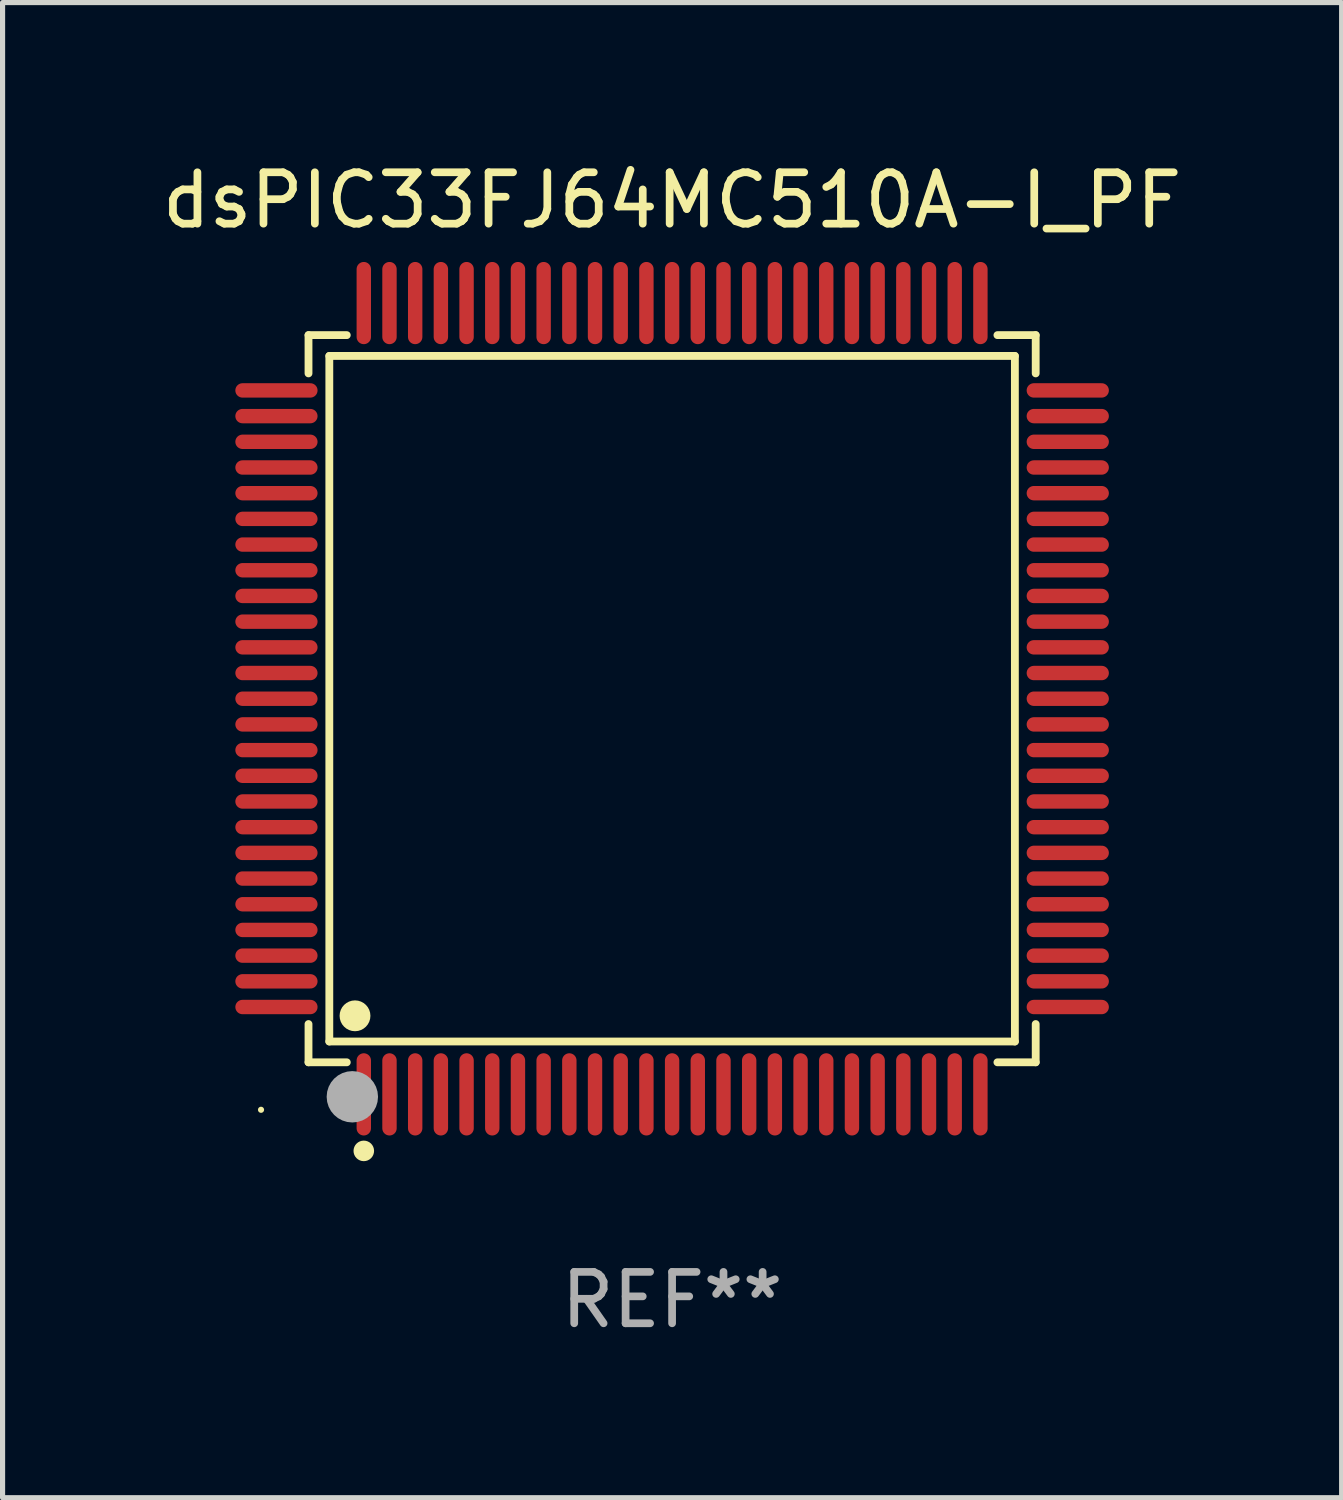
<source format=kicad_pcb>
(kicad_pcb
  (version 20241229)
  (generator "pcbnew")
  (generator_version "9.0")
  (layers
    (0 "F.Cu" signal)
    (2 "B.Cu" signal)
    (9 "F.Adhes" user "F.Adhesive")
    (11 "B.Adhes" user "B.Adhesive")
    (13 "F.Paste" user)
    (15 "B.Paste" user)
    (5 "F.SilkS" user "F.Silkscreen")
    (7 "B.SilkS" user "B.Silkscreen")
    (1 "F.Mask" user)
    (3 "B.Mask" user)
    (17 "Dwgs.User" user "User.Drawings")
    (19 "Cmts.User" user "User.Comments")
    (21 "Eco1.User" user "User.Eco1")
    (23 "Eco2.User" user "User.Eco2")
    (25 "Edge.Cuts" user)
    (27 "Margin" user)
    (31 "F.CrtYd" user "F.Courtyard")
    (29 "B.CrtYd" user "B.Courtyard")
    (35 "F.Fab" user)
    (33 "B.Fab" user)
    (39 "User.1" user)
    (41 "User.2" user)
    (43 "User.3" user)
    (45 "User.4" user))
  (footprint "dsPIC33FJ64MC510A-I_PF"
    (layer "F.Cu")
    (at 10.03 10.548)
    (property "Reference" "dsPIC33FJ64MC510A-I_PF" (at 0 -9.7 0) (layer "F.SilkS") (effects (font (size 1 1) (thickness 0.15))))
    (attr through_hole)
    (fp_line (start -7.076 -7.076) (end -6.331 -7.076) (stroke (width 0.152) (type solid)) (layer "F.SilkS"))
    (fp_line (start -7.076 -6.331) (end -7.076 -7.076) (stroke (width 0.152) (type solid)) (layer "F.SilkS"))
    (fp_line (start -7.076 6.331) (end -7.076 7.076) (stroke (width 0.152) (type solid)) (layer "F.SilkS"))
    (fp_line (start -7.076 7.076) (end -6.331 7.076) (stroke (width 0.152) (type solid)) (layer "F.SilkS"))
    (fp_line (start -6.671 -6.671) (end 6.671 -6.671) (stroke (width 0.152) (type solid)) (layer "F.SilkS"))
    (fp_line (start -6.671 6.671) (end -6.671 -6.671) (stroke (width 0.152) (type solid)) (layer "F.SilkS"))
    (fp_line (start 6.671 -6.671) (end 6.671 6.671) (stroke (width 0.152) (type solid)) (layer "F.SilkS"))
    (fp_line (start 6.671 6.671) (end -6.671 6.671) (stroke (width 0.152) (type solid)) (layer "F.SilkS"))
    (fp_line (start 7.076 -7.076) (end 6.331 -7.076) (stroke (width 0.152) (type solid)) (layer "F.SilkS"))
    (fp_line (start 7.076 -6.331) (end 7.076 -7.076) (stroke (width 0.152) (type solid)) (layer "F.SilkS"))
    (fp_line (start 7.076 6.331) (end 7.076 7.076) (stroke (width 0.152) (type solid)) (layer "F.SilkS"))
    (fp_line (start 7.076 7.076) (end 6.331 7.076) (stroke (width 0.152) (type solid)) (layer "F.SilkS"))
    (fp_circle (center -8 8) (end -7.97 8) (stroke (width 0.06) (type solid)) (fill no) (layer "F.SilkS"))
    (fp_circle (center -6.171 6.171) (end -6.021 6.171) (stroke (width 0.3) (type solid)) (fill no) (layer "F.SilkS"))
    (fp_circle (center -6 8.8) (end -5.9 8.8) (stroke (width 0.2) (type solid)) (fill no) (layer "F.SilkS"))
    (fp_circle (center -6.223 7.747) (end -5.973 7.747) (stroke (width 0.5) (type solid)) (fill no) (layer "F.Fab"))
    (fp_text user "REF**" (at 0 11.7 0) (layer "F.Fab") (effects (font (size 1 1) (thickness 0.15))))
    (pad "1" smd oval (at -6 7.7) (size 0.28 1.6) (layers "F.Cu" "F.Mask" "F.Paste"))
    (pad "2" smd oval (at -5.5 7.7) (size 0.28 1.6) (layers "F.Cu" "F.Mask" "F.Paste"))
    (pad "3" smd oval (at -5 7.7) (size 0.28 1.6) (layers "F.Cu" "F.Mask" "F.Paste"))
    (pad "4" smd oval (at -4.5 7.7) (size 0.28 1.6) (layers "F.Cu" "F.Mask" "F.Paste"))
    (pad "5" smd oval (at -4 7.7) (size 0.28 1.6) (layers "F.Cu" "F.Mask" "F.Paste"))
    (pad "6" smd oval (at -3.5 7.7) (size 0.28 1.6) (layers "F.Cu" "F.Mask" "F.Paste"))
    (pad "7" smd oval (at -3 7.7) (size 0.28 1.6) (layers "F.Cu" "F.Mask" "F.Paste"))
    (pad "8" smd oval (at -2.5 7.7) (size 0.28 1.6) (layers "F.Cu" "F.Mask" "F.Paste"))
    (pad "9" smd oval (at -2 7.7) (size 0.28 1.6) (layers "F.Cu" "F.Mask" "F.Paste"))
    (pad "10" smd oval (at -1.5 7.7) (size 0.28 1.6) (layers "F.Cu" "F.Mask" "F.Paste"))
    (pad "11" smd oval (at -1 7.7) (size 0.28 1.6) (layers "F.Cu" "F.Mask" "F.Paste"))
    (pad "12" smd oval (at -0.5 7.7) (size 0.28 1.6) (layers "F.Cu" "F.Mask" "F.Paste"))
    (pad "13" smd oval (at 0 7.7) (size 0.28 1.6) (layers "F.Cu" "F.Mask" "F.Paste"))
    (pad "14" smd oval (at 0.5 7.7) (size 0.28 1.6) (layers "F.Cu" "F.Mask" "F.Paste"))
    (pad "15" smd oval (at 1 7.7) (size 0.28 1.6) (layers "F.Cu" "F.Mask" "F.Paste"))
    (pad "16" smd oval (at 1.5 7.7) (size 0.28 1.6) (layers "F.Cu" "F.Mask" "F.Paste"))
    (pad "17" smd oval (at 2 7.7) (size 0.28 1.6) (layers "F.Cu" "F.Mask" "F.Paste"))
    (pad "18" smd oval (at 2.5 7.7) (size 0.28 1.6) (layers "F.Cu" "F.Mask" "F.Paste"))
    (pad "19" smd oval (at 3 7.7) (size 0.28 1.6) (layers "F.Cu" "F.Mask" "F.Paste"))
    (pad "20" smd oval (at 3.5 7.7) (size 0.28 1.6) (layers "F.Cu" "F.Mask" "F.Paste"))
    (pad "21" smd oval (at 4 7.7) (size 0.28 1.6) (layers "F.Cu" "F.Mask" "F.Paste"))
    (pad "22" smd oval (at 4.5 7.7) (size 0.28 1.6) (layers "F.Cu" "F.Mask" "F.Paste"))
    (pad "23" smd oval (at 5 7.7) (size 0.28 1.6) (layers "F.Cu" "F.Mask" "F.Paste"))
    (pad "24" smd oval (at 5.5 7.7) (size 0.28 1.6) (layers "F.Cu" "F.Mask" "F.Paste"))
    (pad "25" smd oval (at 6 7.7) (size 0.28 1.6) (layers "F.Cu" "F.Mask" "F.Paste"))
    (pad "26" smd oval (at 7.7 6) (size 1.6 0.28) (layers "F.Cu" "F.Mask" "F.Paste"))
    (pad "27" smd oval (at 7.7 5.5) (size 1.6 0.28) (layers "F.Cu" "F.Mask" "F.Paste"))
    (pad "28" smd oval (at 7.7 5) (size 1.6 0.28) (layers "F.Cu" "F.Mask" "F.Paste"))
    (pad "29" smd oval (at 7.7 4.5) (size 1.6 0.28) (layers "F.Cu" "F.Mask" "F.Paste"))
    (pad "30" smd oval (at 7.7 4) (size 1.6 0.28) (layers "F.Cu" "F.Mask" "F.Paste"))
    (pad "31" smd oval (at 7.7 3.5) (size 1.6 0.28) (layers "F.Cu" "F.Mask" "F.Paste"))
    (pad "32" smd oval (at 7.7 3) (size 1.6 0.28) (layers "F.Cu" "F.Mask" "F.Paste"))
    (pad "33" smd oval (at 7.7 2.5) (size 1.6 0.28) (layers "F.Cu" "F.Mask" "F.Paste"))
    (pad "34" smd oval (at 7.7 2) (size 1.6 0.28) (layers "F.Cu" "F.Mask" "F.Paste"))
    (pad "35" smd oval (at 7.7 1.5) (size 1.6 0.28) (layers "F.Cu" "F.Mask" "F.Paste"))
    (pad "36" smd oval (at 7.7 1) (size 1.6 0.28) (layers "F.Cu" "F.Mask" "F.Paste"))
    (pad "37" smd oval (at 7.7 0.5) (size 1.6 0.28) (layers "F.Cu" "F.Mask" "F.Paste"))
    (pad "38" smd oval (at 7.7 0) (size 1.6 0.28) (layers "F.Cu" "F.Mask" "F.Paste"))
    (pad "39" smd oval (at 7.7 -0.5) (size 1.6 0.28) (layers "F.Cu" "F.Mask" "F.Paste"))
    (pad "40" smd oval (at 7.7 -1) (size 1.6 0.28) (layers "F.Cu" "F.Mask" "F.Paste"))
    (pad "41" smd oval (at 7.7 -1.5) (size 1.6 0.28) (layers "F.Cu" "F.Mask" "F.Paste"))
    (pad "42" smd oval (at 7.7 -2) (size 1.6 0.28) (layers "F.Cu" "F.Mask" "F.Paste"))
    (pad "43" smd oval (at 7.7 -2.5) (size 1.6 0.28) (layers "F.Cu" "F.Mask" "F.Paste"))
    (pad "44" smd oval (at 7.7 -3) (size 1.6 0.28) (layers "F.Cu" "F.Mask" "F.Paste"))
    (pad "45" smd oval (at 7.7 -3.5) (size 1.6 0.28) (layers "F.Cu" "F.Mask" "F.Paste"))
    (pad "46" smd oval (at 7.7 -4) (size 1.6 0.28) (layers "F.Cu" "F.Mask" "F.Paste"))
    (pad "47" smd oval (at 7.7 -4.5) (size 1.6 0.28) (layers "F.Cu" "F.Mask" "F.Paste"))
    (pad "48" smd oval (at 7.7 -5) (size 1.6 0.28) (layers "F.Cu" "F.Mask" "F.Paste"))
    (pad "49" smd oval (at 7.7 -5.5) (size 1.6 0.28) (layers "F.Cu" "F.Mask" "F.Paste"))
    (pad "50" smd oval (at 7.7 -6) (size 1.6 0.28) (layers "F.Cu" "F.Mask" "F.Paste"))
    (pad "51" smd oval (at 6 -7.7) (size 0.28 1.6) (layers "F.Cu" "F.Mask" "F.Paste"))
    (pad "52" smd oval (at 5.5 -7.7) (size 0.28 1.6) (layers "F.Cu" "F.Mask" "F.Paste"))
    (pad "53" smd oval (at 5 -7.7) (size 0.28 1.6) (layers "F.Cu" "F.Mask" "F.Paste"))
    (pad "54" smd oval (at 4.5 -7.7) (size 0.28 1.6) (layers "F.Cu" "F.Mask" "F.Paste"))
    (pad "55" smd oval (at 4 -7.7) (size 0.28 1.6) (layers "F.Cu" "F.Mask" "F.Paste"))
    (pad "56" smd oval (at 3.5 -7.7) (size 0.28 1.6) (layers "F.Cu" "F.Mask" "F.Paste"))
    (pad "57" smd oval (at 3 -7.7) (size 0.28 1.6) (layers "F.Cu" "F.Mask" "F.Paste"))
    (pad "58" smd oval (at 2.5 -7.7) (size 0.28 1.6) (layers "F.Cu" "F.Mask" "F.Paste"))
    (pad "59" smd oval (at 2 -7.7) (size 0.28 1.6) (layers "F.Cu" "F.Mask" "F.Paste"))
    (pad "60" smd oval (at 1.5 -7.7) (size 0.28 1.6) (layers "F.Cu" "F.Mask" "F.Paste"))
    (pad "61" smd oval (at 1 -7.7) (size 0.28 1.6) (layers "F.Cu" "F.Mask" "F.Paste"))
    (pad "62" smd oval (at 0.5 -7.7) (size 0.28 1.6) (layers "F.Cu" "F.Mask" "F.Paste"))
    (pad "63" smd oval (at 0 -7.7) (size 0.28 1.6) (layers "F.Cu" "F.Mask" "F.Paste"))
    (pad "64" smd oval (at -0.5 -7.7) (size 0.28 1.6) (layers "F.Cu" "F.Mask" "F.Paste"))
    (pad "65" smd oval (at -1 -7.7) (size 0.28 1.6) (layers "F.Cu" "F.Mask" "F.Paste"))
    (pad "66" smd oval (at -1.5 -7.7) (size 0.28 1.6) (layers "F.Cu" "F.Mask" "F.Paste"))
    (pad "67" smd oval (at -2 -7.7) (size 0.28 1.6) (layers "F.Cu" "F.Mask" "F.Paste"))
    (pad "68" smd oval (at -2.5 -7.7) (size 0.28 1.6) (layers "F.Cu" "F.Mask" "F.Paste"))
    (pad "69" smd oval (at -3 -7.7) (size 0.28 1.6) (layers "F.Cu" "F.Mask" "F.Paste"))
    (pad "70" smd oval (at -3.5 -7.7) (size 0.28 1.6) (layers "F.Cu" "F.Mask" "F.Paste"))
    (pad "71" smd oval (at -4 -7.7) (size 0.28 1.6) (layers "F.Cu" "F.Mask" "F.Paste"))
    (pad "72" smd oval (at -4.5 -7.7) (size 0.28 1.6) (layers "F.Cu" "F.Mask" "F.Paste"))
    (pad "73" smd oval (at -5 -7.7) (size 0.28 1.6) (layers "F.Cu" "F.Mask" "F.Paste"))
    (pad "74" smd oval (at -5.5 -7.7) (size 0.28 1.6) (layers "F.Cu" "F.Mask" "F.Paste"))
    (pad "75" smd oval (at -6 -7.7) (size 0.28 1.6) (layers "F.Cu" "F.Mask" "F.Paste"))
    (pad "76" smd oval (at -7.7 -6) (size 1.6 0.28) (layers "F.Cu" "F.Mask" "F.Paste"))
    (pad "77" smd oval (at -7.7 -5.5) (size 1.6 0.28) (layers "F.Cu" "F.Mask" "F.Paste"))
    (pad "78" smd oval (at -7.7 -5) (size 1.6 0.28) (layers "F.Cu" "F.Mask" "F.Paste"))
    (pad "79" smd oval (at -7.7 -4.5) (size 1.6 0.28) (layers "F.Cu" "F.Mask" "F.Paste"))
    (pad "80" smd oval (at -7.7 -4) (size 1.6 0.28) (layers "F.Cu" "F.Mask" "F.Paste"))
    (pad "81" smd oval (at -7.7 -3.5) (size 1.6 0.28) (layers "F.Cu" "F.Mask" "F.Paste"))
    (pad "82" smd oval (at -7.7 -3) (size 1.6 0.28) (layers "F.Cu" "F.Mask" "F.Paste"))
    (pad "83" smd oval (at -7.7 -2.5) (size 1.6 0.28) (layers "F.Cu" "F.Mask" "F.Paste"))
    (pad "84" smd oval (at -7.7 -2) (size 1.6 0.28) (layers "F.Cu" "F.Mask" "F.Paste"))
    (pad "85" smd oval (at -7.7 -1.5) (size 1.6 0.28) (layers "F.Cu" "F.Mask" "F.Paste"))
    (pad "86" smd oval (at -7.7 -1) (size 1.6 0.28) (layers "F.Cu" "F.Mask" "F.Paste"))
    (pad "87" smd oval (at -7.7 -0.5) (size 1.6 0.28) (layers "F.Cu" "F.Mask" "F.Paste"))
    (pad "88" smd oval (at -7.7 0) (size 1.6 0.28) (layers "F.Cu" "F.Mask" "F.Paste"))
    (pad "89" smd oval (at -7.7 0.5) (size 1.6 0.28) (layers "F.Cu" "F.Mask" "F.Paste"))
    (pad "90" smd oval (at -7.7 1) (size 1.6 0.28) (layers "F.Cu" "F.Mask" "F.Paste"))
    (pad "91" smd oval (at -7.7 1.5) (size 1.6 0.28) (layers "F.Cu" "F.Mask" "F.Paste"))
    (pad "92" smd oval (at -7.7 2) (size 1.6 0.28) (layers "F.Cu" "F.Mask" "F.Paste"))
    (pad "93" smd oval (at -7.7 2.5) (size 1.6 0.28) (layers "F.Cu" "F.Mask" "F.Paste"))
    (pad "94" smd oval (at -7.7 3) (size 1.6 0.28) (layers "F.Cu" "F.Mask" "F.Paste"))
    (pad "95" smd oval (at -7.7 3.5) (size 1.6 0.28) (layers "F.Cu" "F.Mask" "F.Paste"))
    (pad "96" smd oval (at -7.7 4) (size 1.6 0.28) (layers "F.Cu" "F.Mask" "F.Paste"))
    (pad "97" smd oval (at -7.7 4.5) (size 1.6 0.28) (layers "F.Cu" "F.Mask" "F.Paste"))
    (pad "98" smd oval (at -7.7 5) (size 1.6 0.28) (layers "F.Cu" "F.Mask" "F.Paste"))
    (pad "99" smd oval (at -7.7 5.5) (size 1.6 0.28) (layers "F.Cu" "F.Mask" "F.Paste"))
    (pad "100" smd oval (at -7.7 6) (size 1.6 0.28) (layers "F.Cu" "F.Mask" "F.Paste")))
  (gr_rect
    (start -3 -3)
    (end 23.06 26.097)
    (stroke (width 0.1) (type default))
    (fill no)
    (layer "Edge.Cuts")))
</source>
